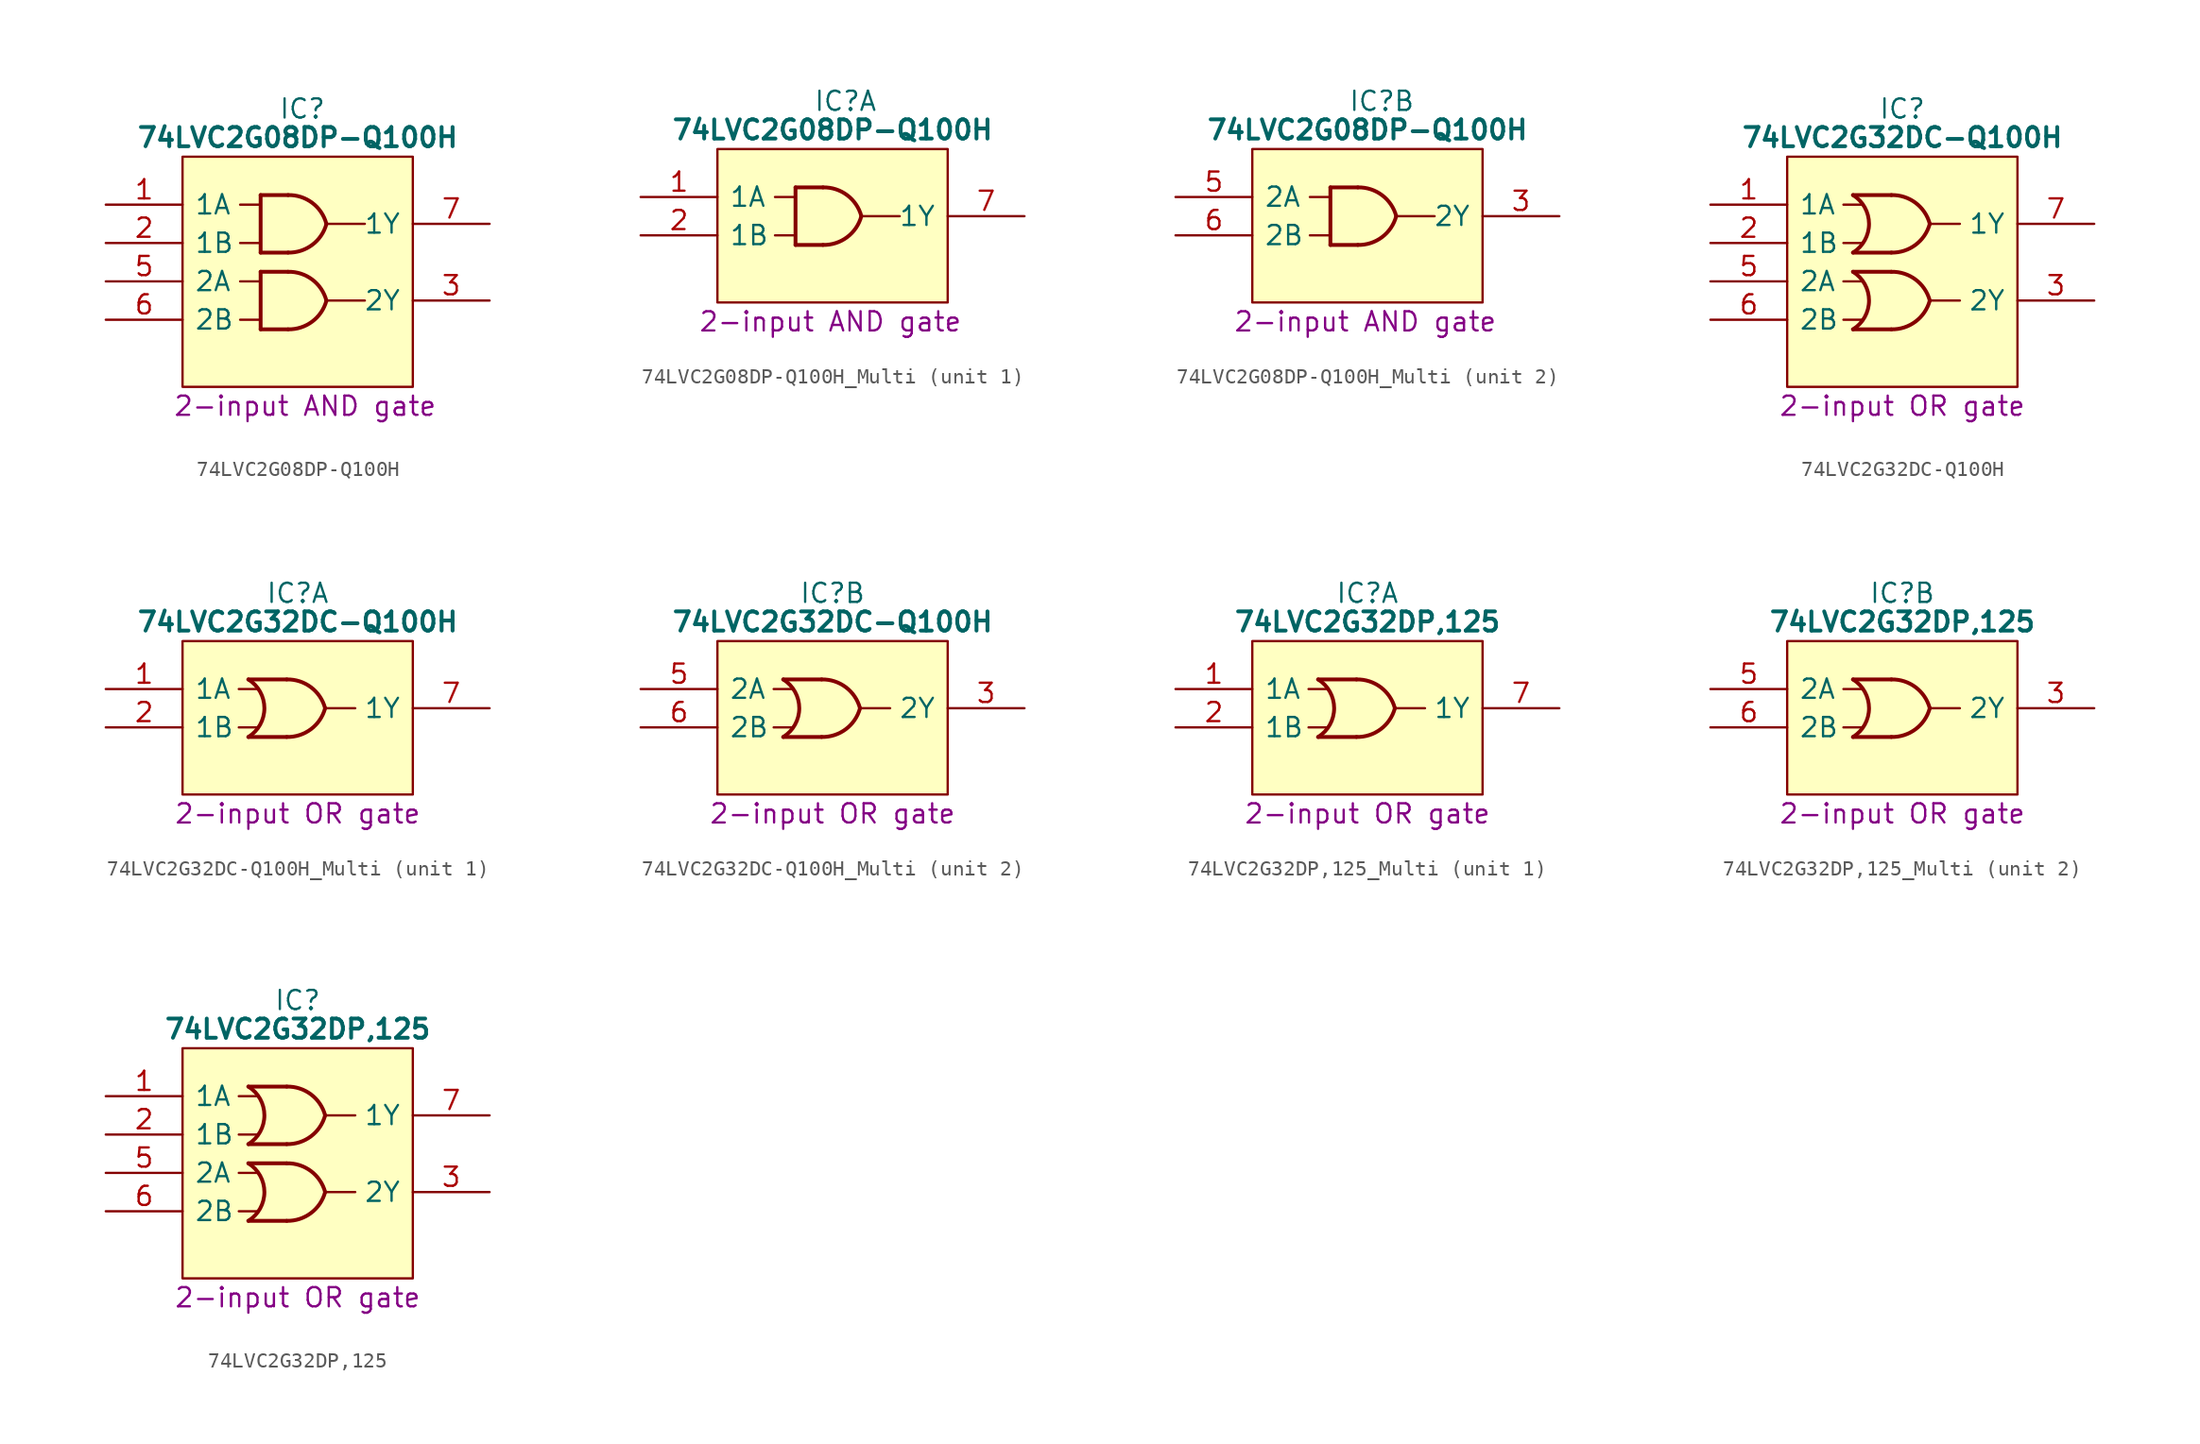
<source format=kicad_sym>
(kicad_symbol_lib
  (version 20231120)
  (generator "kicad_symbol_editor")
  (generator_version "8.0")
  (symbol "74LVC2G08DP-Q100H"
    (pin_names
      (offset 0.762))
    (property "Reference" "IC"
      (at 11.43 6.35 0)
      (effects (font (size 1.27 1.27)) (justify left)))
    (property "Value" "74LVC2G08DP-Q100H"
      (at 12.7 4.445 0)
      (effects (font (size 1.27 1.27) (bold yes))))
    (property "Description" "2-input AND gate"
      (at 4.445 -13.335 0)
      (effects (font (size 1.27 1.27)) (justify left)))
    (symbol "74LVC2G08DP-Q100H_0_0"
      (pin input line (at 0 0 0) (length 5.08) (name "1A" (effects (font (size 1.27 1.27)))) (number "1" (effects (font (size 1.27 1.27)))))
      (pin input line (at 0 -2.54 0) (length 5.08) (name "1B" (effects (font (size 1.27 1.27)))) (number "2" (effects (font (size 1.27 1.27)))))
      (pin output line (at 25.4 -6.35 180) (length 5.08) (name "2Y" (effects (font (size 1.27 1.27)))) (number "3" (effects (font (size 1.27 1.27)))))
      (pin passive line (at 0 -10.16 0) (length 5.08) hide (name "GND" (effects (font (size 1.27 1.27)))) (number "4" (effects (font (size 1.27 1.27)))))
      (pin input line (at 0 -5.08 0) (length 5.08) (name "2A" (effects (font (size 1.27 1.27)))) (number "5" (effects (font (size 1.27 1.27)))))
      (pin input line (at 0 -7.62 0) (length 5.08) (name "2B" (effects (font (size 1.27 1.27)))) (number "6" (effects (font (size 1.27 1.27)))))
      (pin output line (at 25.4 -1.27 180) (length 5.08) (name "1Y" (effects (font (size 1.27 1.27)))) (number "7" (effects (font (size 1.27 1.27)))))
      (pin passive line (at 25.4 1.27 180) (length 5.08) hide (name "3V" (effects (font (size 1.27 1.27)))) (number "8" (effects (font (size 1.27 1.27))))))
    (symbol "74LVC2G08DP-Q100H_0_1"
      (polyline (pts (xy 8.89 -7.62) (xy 10.16 -7.62)) (stroke (width 0) (type default)) (fill (type none)))
      (polyline (pts (xy 8.89 -5.08) (xy 10.16 -5.08)) (stroke (width 0) (type default)) (fill (type none)))
      (polyline (pts (xy 8.89 -2.54) (xy 10.16 -2.54)) (stroke (width 0) (type default)) (fill (type none)))
      (polyline (pts (xy 8.89 0) (xy 10.16 0)) (stroke (width 0) (type default)) (fill (type none)))
      (polyline (pts (xy 10.248 -4.445) (xy 10.248 -8.255)) (stroke (width 0.254) (type default)) (fill (type background)))
      (polyline (pts (xy 10.248 0.635) (xy 10.248 -3.175)) (stroke (width 0.254) (type default)) (fill (type background)))
      (polyline (pts (xy 12.065 -8.255) (xy 10.248 -8.255)) (stroke (width 0.254) (type default)) (fill (type background)))
      (polyline (pts (xy 12.065 -4.445) (xy 10.248 -4.445)) (stroke (width 0.254) (type default)) (fill (type background)))
      (polyline (pts (xy 12.065 -3.175) (xy 10.248 -3.175)) (stroke (width 0.254) (type default)) (fill (type background)))
      (polyline (pts (xy 12.065 0.635) (xy 10.248 0.635)) (stroke (width 0.254) (type default)) (fill (type background)))
      (polyline (pts (xy 14.605 -6.35) (xy 17.145 -6.35)) (stroke (width 0) (type default)) (fill (type none)))
      (polyline (pts (xy 14.605 -1.27) (xy 17.145 -1.27)) (stroke (width 0) (type default)) (fill (type none)))
      (polyline (pts (xy 5.08 3.175) (xy 20.32 3.175) (xy 20.32 -12.065) (xy 5.08 -12.065) (xy 5.08 3.175)) (stroke (width 0.152) (type default)) (fill (type background)))
      (arc (start 12.065 -8.255) (mid 13.6634 -7.7404) (end 14.605 -6.35) (stroke (width 0.254) (type default)) (fill (type none)))
      (arc (start 12.065 -3.175) (mid 13.6634 -2.6604) (end 14.605 -1.27) (stroke (width 0.254) (type default)) (fill (type none)))
      (arc (start 14.605 -6.35) (mid 13.6646 -4.958) (end 12.065 -4.445) (stroke (width 0.254) (type default)) (fill (type none)))
      (arc (start 14.605 -1.27) (mid 13.6646 0.122) (end 12.065 0.635) (stroke (width 0.254) (type default)) (fill (type none)))))
  (symbol "74LVC2G08DP-Q100H_Multi"
    (pin_names
      (offset 0.762))
    (property "Reference" "IC"
      (at 11.43 6.35 0)
      (effects (font (size 1.27 1.27)) (justify left)))
    (property "Value" "74LVC2G08DP-Q100H"
      (at 12.7 4.445 0)
      (effects (font (size 1.27 1.27) (bold yes))))
    (property "Description" "2-input AND gate"
      (at 3.81 -8.255 0)
      (effects (font (size 1.27 1.27)) (justify left)))
    (symbol "74LVC2G08DP-Q100H_Multi_0_0"
      (pin passive line (at 0 -5.08 0) (length 5.08) hide (name "GND" (effects (font (size 1.27 1.27)))) (number "4" (effects (font (size 1.27 1.27)))))
      (pin passive line (at 25.4 1.27 180) (length 5.08) hide (name "3V" (effects (font (size 1.27 1.27)))) (number "8" (effects (font (size 1.27 1.27))))))
    (symbol "74LVC2G08DP-Q100H_Multi_0_1"
      (polyline (pts (xy 8.89 -2.54) (xy 10.16 -2.54)) (stroke (width 0) (type default)) (fill (type none)))
      (polyline (pts (xy 8.89 0) (xy 10.16 0)) (stroke (width 0) (type default)) (fill (type none)))
      (polyline (pts (xy 10.248 0.635) (xy 10.248 -3.175)) (stroke (width 0.254) (type default)) (fill (type background)))
      (polyline (pts (xy 12.065 -3.175) (xy 10.248 -3.175)) (stroke (width 0.254) (type default)) (fill (type background)))
      (polyline (pts (xy 12.065 0.635) (xy 10.248 0.635)) (stroke (width 0.254) (type default)) (fill (type background)))
      (polyline (pts (xy 14.605 -1.27) (xy 17.145 -1.27)) (stroke (width 0) (type default)) (fill (type none)))
      (polyline (pts (xy 5.08 3.175) (xy 20.32 3.175) (xy 20.32 -6.985) (xy 5.08 -6.985) (xy 5.08 3.175)) (stroke (width 0.152) (type default)) (fill (type background)))
      (arc (start 12.065 -3.175) (mid 13.6634 -2.6604) (end 14.605 -1.27) (stroke (width 0.254) (type default)) (fill (type none)))
      (arc (start 14.605 -1.27) (mid 13.6646 0.122) (end 12.065 0.635) (stroke (width 0.254) (type default)) (fill (type none))))
    (symbol "74LVC2G08DP-Q100H_Multi_1_0"
      (pin input line (at 0 0 0) (length 5.08) (name "1A" (effects (font (size 1.27 1.27)))) (number "1" (effects (font (size 1.27 1.27)))))
      (pin input line (at 0 -2.54 0) (length 5.08) (name "1B" (effects (font (size 1.27 1.27)))) (number "2" (effects (font (size 1.27 1.27)))))
      (pin output line (at 25.4 -1.27 180) (length 5.08) (name "1Y" (effects (font (size 1.27 1.27)))) (number "7" (effects (font (size 1.27 1.27))))))
    (symbol "74LVC2G08DP-Q100H_Multi_2_0"
      (pin output line (at 25.4 -1.27 180) (length 5.08) (name "2Y" (effects (font (size 1.27 1.27)))) (number "3" (effects (font (size 1.27 1.27)))))
      (pin input line (at 0 0 0) (length 5.08) (name "2A" (effects (font (size 1.27 1.27)))) (number "5" (effects (font (size 1.27 1.27)))))
      (pin input line (at 0 -2.54 0) (length 5.08) (name "2B" (effects (font (size 1.27 1.27)))) (number "6" (effects (font (size 1.27 1.27)))))))
  (symbol "74LVC2G32DC-Q100H"
    (pin_names
      (offset 0.762))
    (property "Reference" "IC"
      (at 12.7 6.35 0)
      (effects (font (size 1.27 1.27))))
    (property "Value" "74LVC2G32DC-Q100H"
      (at 12.7 4.445 0)
      (effects (font (size 1.27 1.27) (bold yes))))
    (property "Description" "2-input OR gate"
      (at 12.7 -13.335 0)
      (effects (font (size 1.27 1.27))))
    (symbol "74LVC2G32DC-Q100H_0_1"
      (polyline (pts (xy 8.802 -7.62) (xy 10.072 -7.62)) (stroke (width 0) (type default)) (fill (type none)))
      (polyline (pts (xy 8.802 -5.08) (xy 10.072 -5.08)) (stroke (width 0) (type default)) (fill (type none)))
      (polyline (pts (xy 8.802 -2.54) (xy 10.072 -2.54)) (stroke (width 0) (type default)) (fill (type none)))
      (polyline (pts (xy 8.802 0) (xy 10.072 0)) (stroke (width 0) (type default)) (fill (type none)))
      (polyline (pts (xy 11.977 -8.255) (xy 9.437 -8.255)) (stroke (width 0.254) (type default)) (fill (type background)))
      (polyline (pts (xy 11.977 -4.445) (xy 9.437 -4.445)) (stroke (width 0.254) (type default)) (fill (type background)))
      (polyline (pts (xy 11.977 -3.175) (xy 9.437 -3.175)) (stroke (width 0.254) (type default)) (fill (type background)))
      (polyline (pts (xy 11.977 0.635) (xy 9.437 0.635)) (stroke (width 0.254) (type default)) (fill (type background)))
      (polyline (pts (xy 14.605 -6.35) (xy 16.51 -6.35)) (stroke (width 0) (type default)) (fill (type none)))
      (polyline (pts (xy 14.605 -1.27) (xy 16.51 -1.27)) (stroke (width 0) (type default)) (fill (type none)))
      (polyline (pts (xy 5.08 3.175) (xy 20.32 3.175) (xy 20.32 -12.065) (xy 5.08 -12.065) (xy 5.08 3.175)) (stroke (width 0.152) (type default)) (fill (type background)))
      (arc (start 9.437 -8.255) (mid 10.4969 -6.35) (end 9.437 -4.445) (stroke (width 0.254) (type default)) (fill (type none)))
      (arc (start 9.437 -3.175) (mid 10.4969 -1.27) (end 9.437 0.635) (stroke (width 0.254) (type default)) (fill (type none)))
      (arc (start 11.977 -8.255) (mid 13.5754 -7.7404) (end 14.517 -6.35) (stroke (width 0.254) (type default)) (fill (type none)))
      (arc (start 11.977 -3.175) (mid 13.5751 -2.6601) (end 14.517 -1.27) (stroke (width 0.254) (type default)) (fill (type none)))
      (arc (start 14.517 -6.35) (mid 13.5761 -4.9587) (end 11.977 -4.445) (stroke (width 0.254) (type default)) (fill (type none)))
      (arc (start 14.517 -1.27) (mid 13.5761 0.1213) (end 11.977 0.635) (stroke (width 0.254) (type default)) (fill (type none))))
    (symbol "74LVC2G32DC-Q100H_1_0"
      (pin input line (at 0 0 0) (length 5.08) (name "1A" (effects (font (size 1.27 1.27)))) (number "1" (effects (font (size 1.27 1.27)))))
      (pin input line (at 0 -2.54 0) (length 5.08) (name "1B" (effects (font (size 1.27 1.27)))) (number "2" (effects (font (size 1.27 1.27)))))
      (pin output line (at 25.4 -6.35 180) (length 5.08) (name "2Y" (effects (font (size 1.27 1.27)))) (number "3" (effects (font (size 1.27 1.27)))))
      (pin passive line (at 0 -10.16 0) (length 5.08) hide (name "GND" (effects (font (size 1.27 1.27)))) (number "4" (effects (font (size 1.27 1.27)))))
      (pin input line (at 0 -5.08 0) (length 5.08) (name "2A" (effects (font (size 1.27 1.27)))) (number "5" (effects (font (size 1.27 1.27)))))
      (pin input line (at 0 -7.62 0) (length 5.08) (name "2B" (effects (font (size 1.27 1.27)))) (number "6" (effects (font (size 1.27 1.27)))))
      (pin output line (at 25.4 -1.27 180) (length 5.08) (name "1Y" (effects (font (size 1.27 1.27)))) (number "7" (effects (font (size 1.27 1.27)))))
      (pin passive line (at 25.4 1.27 180) (length 5.08) hide (name "VCC" (effects (font (size 1.27 1.27)))) (number "8" (effects (font (size 1.27 1.27)))))))
  (symbol "74LVC2G32DC-Q100H_Multi"
    (pin_names
      (offset 0.762))
    (property "Reference" "IC"
      (at 12.7 6.35 0)
      (effects (font (size 1.27 1.27))))
    (property "Value" "74LVC2G32DC-Q100H"
      (at 12.7 4.445 0)
      (effects (font (size 1.27 1.27) (bold yes))))
    (property "Description" "2-input OR gate"
      (at 12.7 -8.255 0)
      (effects (font (size 1.27 1.27))))
    (symbol "74LVC2G32DC-Q100H_Multi_0_0"
      (pin passive line (at 0 -5.08 0) (length 5.08) hide (name "GND" (effects (font (size 1.27 1.27)))) (number "4" (effects (font (size 1.27 1.27)))))
      (pin passive line (at 25.4 1.27 180) (length 5.08) hide (name "VCC" (effects (font (size 1.27 1.27)))) (number "8" (effects (font (size 1.27 1.27))))))
    (symbol "74LVC2G32DC-Q100H_Multi_0_1"
      (polyline (pts (xy 8.802 -2.54) (xy 10.072 -2.54)) (stroke (width 0) (type default)) (fill (type none)))
      (polyline (pts (xy 8.802 0) (xy 10.072 0)) (stroke (width 0) (type default)) (fill (type none)))
      (polyline (pts (xy 11.977 -3.175) (xy 9.437 -3.175)) (stroke (width 0.254) (type default)) (fill (type background)))
      (polyline (pts (xy 11.977 0.635) (xy 9.437 0.635)) (stroke (width 0.254) (type default)) (fill (type background)))
      (polyline (pts (xy 14.605 -1.27) (xy 16.51 -1.27)) (stroke (width 0) (type default)) (fill (type none)))
      (polyline (pts (xy 5.08 3.175) (xy 20.32 3.175) (xy 20.32 -6.985) (xy 5.08 -6.985) (xy 5.08 3.175)) (stroke (width 0.152) (type default)) (fill (type background)))
      (arc (start 9.437 -3.175) (mid 10.4969 -1.27) (end 9.437 0.635) (stroke (width 0.254) (type default)) (fill (type none)))
      (arc (start 11.977 -3.175) (mid 13.5751 -2.6601) (end 14.517 -1.27) (stroke (width 0.254) (type default)) (fill (type none)))
      (arc (start 14.517 -1.27) (mid 13.5761 0.1213) (end 11.977 0.635) (stroke (width 0.254) (type default)) (fill (type none))))
    (symbol "74LVC2G32DC-Q100H_Multi_1_0"
      (pin input line (at 0 0 0) (length 5.08) (name "1A" (effects (font (size 1.27 1.27)))) (number "1" (effects (font (size 1.27 1.27)))))
      (pin input line (at 0 -2.54 0) (length 5.08) (name "1B" (effects (font (size 1.27 1.27)))) (number "2" (effects (font (size 1.27 1.27)))))
      (pin output line (at 25.4 -1.27 180) (length 5.08) (name "1Y" (effects (font (size 1.27 1.27)))) (number "7" (effects (font (size 1.27 1.27))))))
    (symbol "74LVC2G32DC-Q100H_Multi_2_0"
      (pin output line (at 25.4 -1.27 180) (length 5.08) (name "2Y" (effects (font (size 1.27 1.27)))) (number "3" (effects (font (size 1.27 1.27)))))
      (pin input line (at 0 0 0) (length 5.08) (name "2A" (effects (font (size 1.27 1.27)))) (number "5" (effects (font (size 1.27 1.27)))))
      (pin input line (at 0 -2.54 0) (length 5.08) (name "2B" (effects (font (size 1.27 1.27)))) (number "6" (effects (font (size 1.27 1.27)))))))
  (symbol "74LVC2G32DP,125_Multi"
    (pin_names
      (offset 0.762))
    (property "Reference" "IC"
      (at 12.7 6.35 0)
      (effects (font (size 1.27 1.27))))
    (property "Value" "74LVC2G32DP,125"
      (at 12.7 4.445 0)
      (effects (font (size 1.27 1.27) (bold yes))))
    (property "Description" "2-input OR gate"
      (at 12.7 -8.255 0)
      (effects (font (size 1.27 1.27))))
    (symbol "74LVC2G32DP,125_Multi_0_0"
      (pin passive line (at 0 -5.08 0) (length 5.08) hide (name "GND" (effects (font (size 1.27 1.27)))) (number "4" (effects (font (size 1.27 1.27)))))
      (pin passive line (at 25.4 1.27 180) (length 5.08) hide (name "VCC" (effects (font (size 1.27 1.27)))) (number "8" (effects (font (size 1.27 1.27))))))
    (symbol "74LVC2G32DP,125_Multi_0_1"
      (polyline (pts (xy 8.802 -2.54) (xy 10.072 -2.54)) (stroke (width 0) (type default)) (fill (type none)))
      (polyline (pts (xy 8.802 0) (xy 10.072 0)) (stroke (width 0) (type default)) (fill (type none)))
      (polyline (pts (xy 11.977 -3.175) (xy 9.437 -3.175)) (stroke (width 0.254) (type default)) (fill (type background)))
      (polyline (pts (xy 11.977 0.635) (xy 9.437 0.635)) (stroke (width 0.254) (type default)) (fill (type background)))
      (polyline (pts (xy 14.605 -1.27) (xy 16.51 -1.27)) (stroke (width 0) (type default)) (fill (type none)))
      (polyline (pts (xy 5.08 3.175) (xy 20.32 3.175) (xy 20.32 -6.985) (xy 5.08 -6.985) (xy 5.08 3.175)) (stroke (width 0.152) (type default)) (fill (type background)))
      (arc (start 9.437 -3.175) (mid 10.4969 -1.27) (end 9.437 0.635) (stroke (width 0.254) (type default)) (fill (type none)))
      (arc (start 11.977 -3.175) (mid 13.5751 -2.6601) (end 14.517 -1.27) (stroke (width 0.254) (type default)) (fill (type none)))
      (arc (start 14.517 -1.27) (mid 13.5761 0.1213) (end 11.977 0.635) (stroke (width 0.254) (type default)) (fill (type none))))
    (symbol "74LVC2G32DP,125_Multi_1_0"
      (pin input line (at 0 0 0) (length 5.08) (name "1A" (effects (font (size 1.27 1.27)))) (number "1" (effects (font (size 1.27 1.27)))))
      (pin input line (at 0 -2.54 0) (length 5.08) (name "1B" (effects (font (size 1.27 1.27)))) (number "2" (effects (font (size 1.27 1.27)))))
      (pin output line (at 25.4 -1.27 180) (length 5.08) (name "1Y" (effects (font (size 1.27 1.27)))) (number "7" (effects (font (size 1.27 1.27))))))
    (symbol "74LVC2G32DP,125_Multi_2_0"
      (pin output line (at 25.4 -1.27 180) (length 5.08) (name "2Y" (effects (font (size 1.27 1.27)))) (number "3" (effects (font (size 1.27 1.27)))))
      (pin input line (at 0 0 0) (length 5.08) (name "2A" (effects (font (size 1.27 1.27)))) (number "5" (effects (font (size 1.27 1.27)))))
      (pin input line (at 0 -2.54 0) (length 5.08) (name "2B" (effects (font (size 1.27 1.27)))) (number "6" (effects (font (size 1.27 1.27)))))))
  (symbol "74LVC2G32DP,125"
    (pin_names
      (offset 0.762))
    (property "Reference" "IC"
      (at 12.7 6.35 0)
      (effects (font (size 1.27 1.27))))
    (property "Value" "74LVC2G32DP,125"
      (at 12.7 4.445 0)
      (effects (font (size 1.27 1.27) (bold yes))))
    (property "Description" "2-input OR gate"
      (at 12.7 -13.335 0)
      (effects (font (size 1.27 1.27))))
    (symbol "74LVC2G32DP,125_0_1"
      (polyline (pts (xy 8.802 -7.62) (xy 10.072 -7.62)) (stroke (width 0) (type default)) (fill (type none)))
      (polyline (pts (xy 8.802 -5.08) (xy 10.072 -5.08)) (stroke (width 0) (type default)) (fill (type none)))
      (polyline (pts (xy 8.802 -2.54) (xy 10.072 -2.54)) (stroke (width 0) (type default)) (fill (type none)))
      (polyline (pts (xy 8.802 0) (xy 10.072 0)) (stroke (width 0) (type default)) (fill (type none)))
      (polyline (pts (xy 11.977 -8.255) (xy 9.437 -8.255)) (stroke (width 0.254) (type default)) (fill (type background)))
      (polyline (pts (xy 11.977 -4.445) (xy 9.437 -4.445)) (stroke (width 0.254) (type default)) (fill (type background)))
      (polyline (pts (xy 11.977 -3.175) (xy 9.437 -3.175)) (stroke (width 0.254) (type default)) (fill (type background)))
      (polyline (pts (xy 11.977 0.635) (xy 9.437 0.635)) (stroke (width 0.254) (type default)) (fill (type background)))
      (polyline (pts (xy 14.605 -6.35) (xy 16.51 -6.35)) (stroke (width 0) (type default)) (fill (type none)))
      (polyline (pts (xy 14.605 -1.27) (xy 16.51 -1.27)) (stroke (width 0) (type default)) (fill (type none)))
      (polyline (pts (xy 5.08 3.175) (xy 20.32 3.175) (xy 20.32 -12.065) (xy 5.08 -12.065) (xy 5.08 3.175)) (stroke (width 0.152) (type default)) (fill (type background)))
      (arc (start 9.437 -8.255) (mid 10.4969 -6.35) (end 9.437 -4.445) (stroke (width 0.254) (type default)) (fill (type none)))
      (arc (start 9.437 -3.175) (mid 10.4969 -1.27) (end 9.437 0.635) (stroke (width 0.254) (type default)) (fill (type none)))
      (arc (start 11.977 -8.255) (mid 13.5754 -7.7404) (end 14.517 -6.35) (stroke (width 0.254) (type default)) (fill (type none)))
      (arc (start 11.977 -3.175) (mid 13.5751 -2.6601) (end 14.517 -1.27) (stroke (width 0.254) (type default)) (fill (type none)))
      (arc (start 14.517 -6.35) (mid 13.5761 -4.9587) (end 11.977 -4.445) (stroke (width 0.254) (type default)) (fill (type none)))
      (arc (start 14.517 -1.27) (mid 13.5761 0.1213) (end 11.977 0.635) (stroke (width 0.254) (type default)) (fill (type none))))
    (symbol "74LVC2G32DP,125_1_0"
      (pin input line (at 0 0 0) (length 5.08) (name "1A" (effects (font (size 1.27 1.27)))) (number "1" (effects (font (size 1.27 1.27)))))
      (pin input line (at 0 -2.54 0) (length 5.08) (name "1B" (effects (font (size 1.27 1.27)))) (number "2" (effects (font (size 1.27 1.27)))))
      (pin output line (at 25.4 -6.35 180) (length 5.08) (name "2Y" (effects (font (size 1.27 1.27)))) (number "3" (effects (font (size 1.27 1.27)))))
      (pin passive line (at 0 -10.16 0) (length 5.08) hide (name "GND" (effects (font (size 1.27 1.27)))) (number "4" (effects (font (size 1.27 1.27)))))
      (pin input line (at 0 -5.08 0) (length 5.08) (name "2A" (effects (font (size 1.27 1.27)))) (number "5" (effects (font (size 1.27 1.27)))))
      (pin input line (at 0 -7.62 0) (length 5.08) (name "2B" (effects (font (size 1.27 1.27)))) (number "6" (effects (font (size 1.27 1.27)))))
      (pin output line (at 25.4 -1.27 180) (length 5.08) (name "1Y" (effects (font (size 1.27 1.27)))) (number "7" (effects (font (size 1.27 1.27)))))
      (pin passive line (at 25.4 1.27 180) (length 5.08) hide (name "VCC" (effects (font (size 1.27 1.27)))) (number "8" (effects (font (size 1.27 1.27))))))))
</source>
